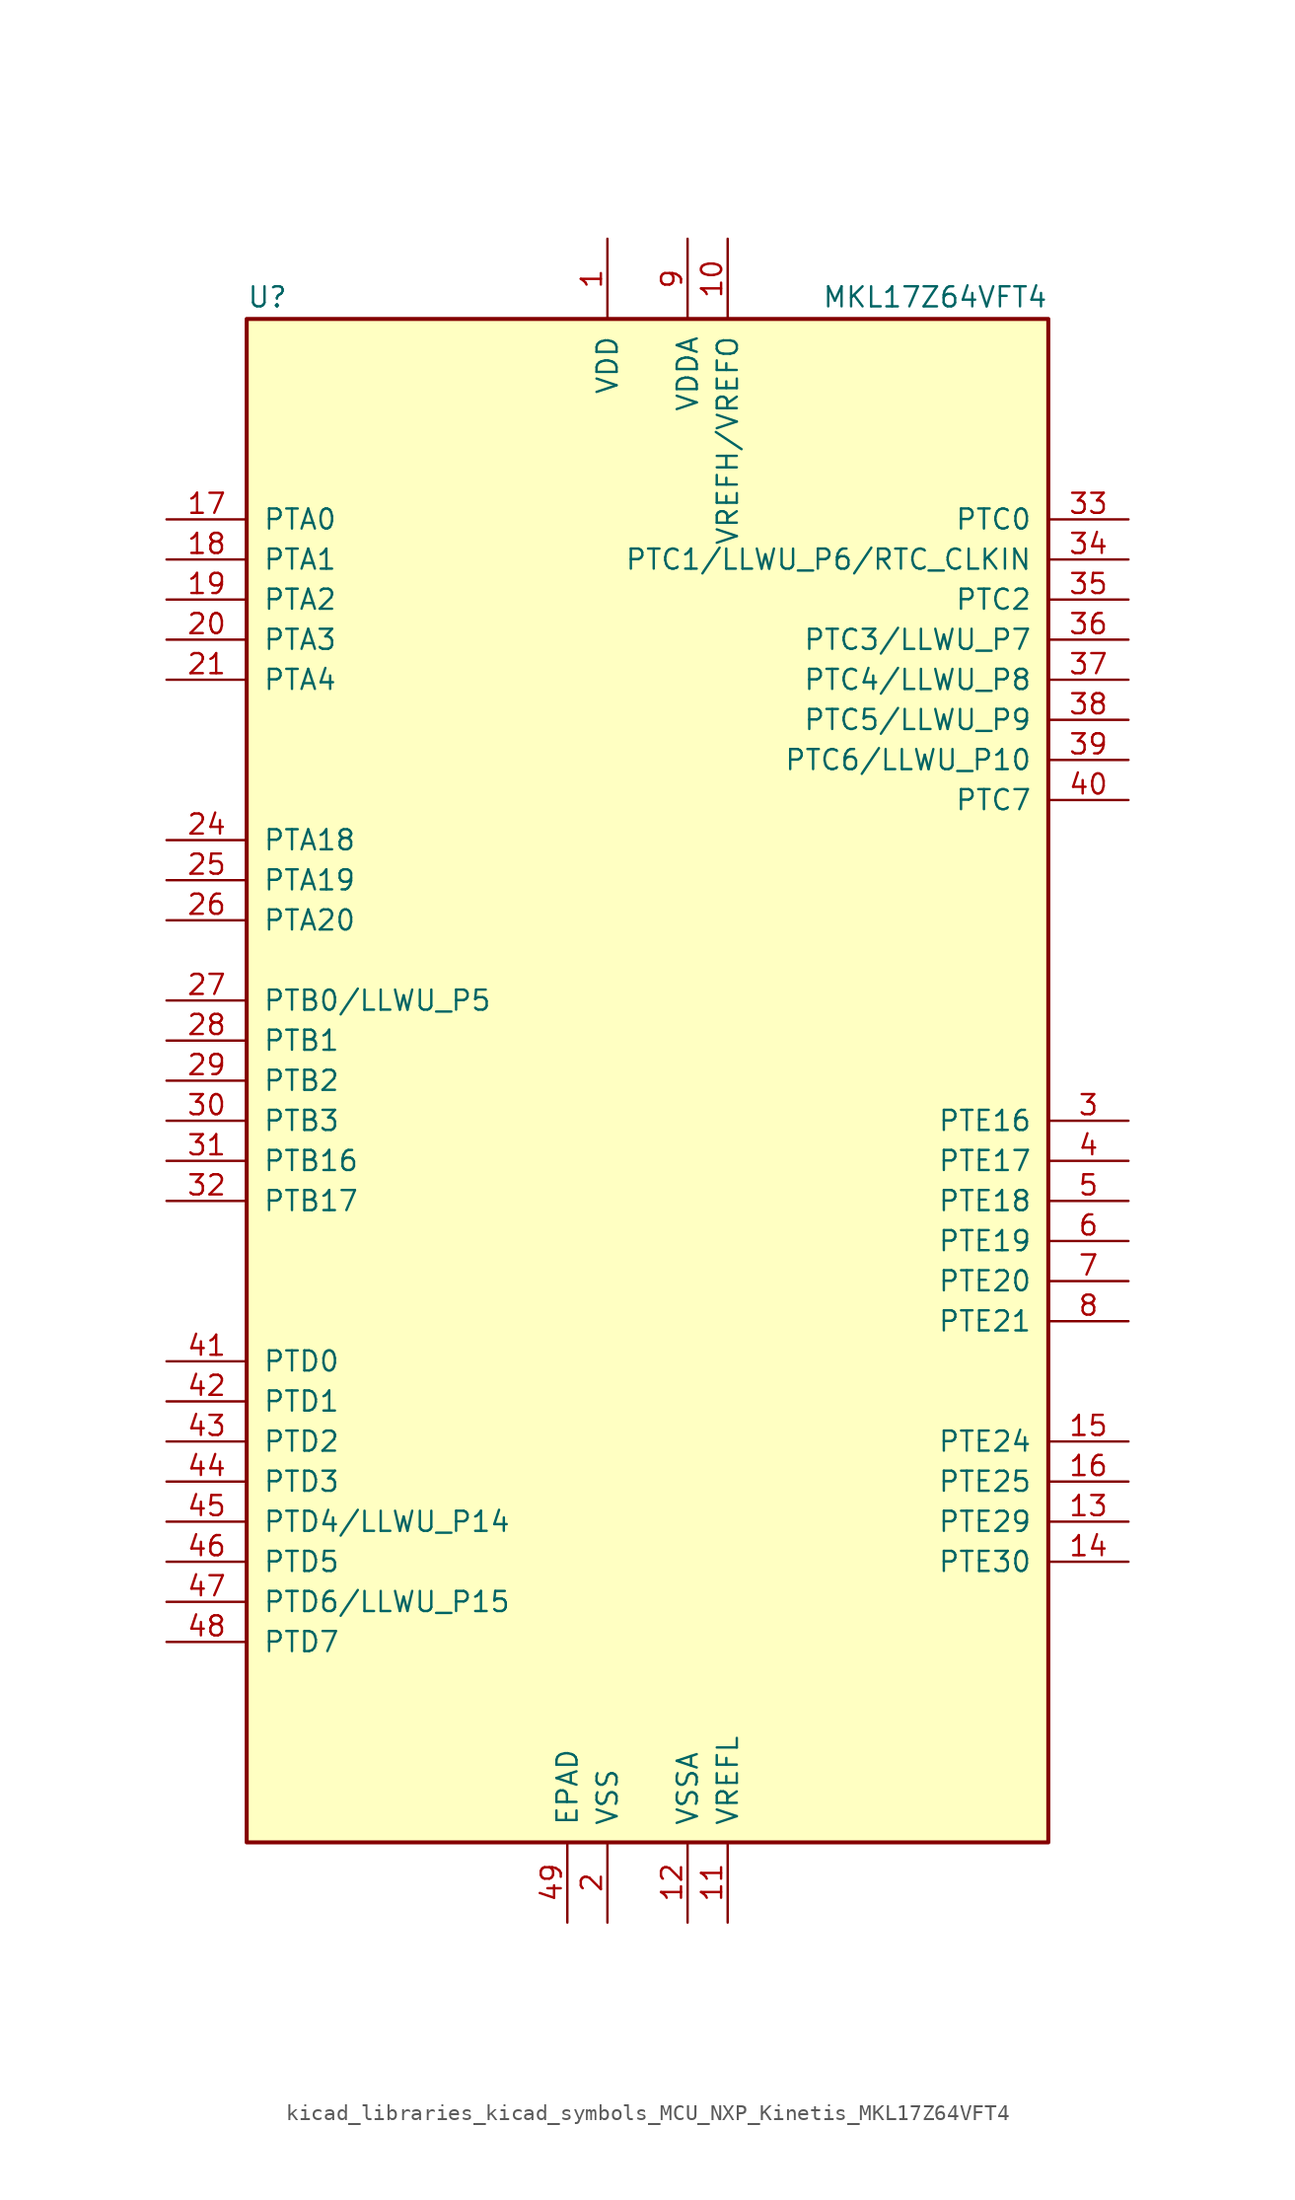
<source format=kicad_sym>
(kicad_symbol_lib
  (version 20220914)
  (generator kicad_symbol_editor)
  (symbol "kicad_libraries_kicad_symbols_MCU_NXP_Kinetis_MKL17Z64VFT4"
    (pin_names
      (offset 1.016))
    (property "Reference" "U"
      (at -25.4 48.895 0)
      (effects (font (size 1.27 1.27)) (justify left bottom)))
    (property "Value" "MKL17Z64VFT4"
      (at 25.4 48.895 0)
      (effects (font (size 1.27 1.27)) (justify right bottom)))
    (symbol "kicad_libraries_kicad_symbols_MCU_NXP_Kinetis_MKL17Z64VFT4_0_1"
      (rectangle (start -25.4 48.26) (end 25.4 -48.26) (stroke (width 0.254) (type default)) (fill (type background))))
    (symbol "kicad_libraries_kicad_symbols_MCU_NXP_Kinetis_MKL17Z64VFT4_1_1"
      (pin power_in line (at -2.54 53.34 270) (length 5.08) (name "VDD" (effects (font (size 1.27 1.27)))) (number "1" (effects (font (size 1.27 1.27)))))
      (pin power_in line (at 5.08 53.34 270) (length 5.08) (name "VREFH/VREFO" (effects (font (size 1.27 1.27)))) (number "10" (effects (font (size 1.27 1.27)))))
      (pin power_in line (at 5.08 -53.34 90) (length 5.08) (name "VREFL" (effects (font (size 1.27 1.27)))) (number "11" (effects (font (size 1.27 1.27)))))
      (pin power_in line (at 2.54 -53.34 90) (length 5.08) (name "VSSA" (effects (font (size 1.27 1.27)))) (number "12" (effects (font (size 1.27 1.27)))))
      (pin bidirectional line (at 30.48 -27.94 180) (length 5.08) (name "PTE29" (effects (font (size 1.27 1.27)))) (number "13" (effects (font (size 1.27 1.27)))))
      (pin bidirectional line (at 30.48 -30.48 180) (length 5.08) (name "PTE30" (effects (font (size 1.27 1.27)))) (number "14" (effects (font (size 1.27 1.27)))))
      (pin bidirectional line (at 30.48 -22.86 180) (length 5.08) (name "PTE24" (effects (font (size 1.27 1.27)))) (number "15" (effects (font (size 1.27 1.27)))))
      (pin bidirectional line (at 30.48 -25.4 180) (length 5.08) (name "PTE25" (effects (font (size 1.27 1.27)))) (number "16" (effects (font (size 1.27 1.27)))))
      (pin bidirectional line (at -30.48 35.56 0) (length 5.08) (name "PTA0" (effects (font (size 1.27 1.27)))) (number "17" (effects (font (size 1.27 1.27)))))
      (pin bidirectional line (at -30.48 33.02 0) (length 5.08) (name "PTA1" (effects (font (size 1.27 1.27)))) (number "18" (effects (font (size 1.27 1.27)))))
      (pin bidirectional line (at -30.48 30.48 0) (length 5.08) (name "PTA2" (effects (font (size 1.27 1.27)))) (number "19" (effects (font (size 1.27 1.27)))))
      (pin power_in line (at -2.54 -53.34 90) (length 5.08) (name "VSS" (effects (font (size 1.27 1.27)))) (number "2" (effects (font (size 1.27 1.27)))))
      (pin bidirectional line (at -30.48 27.94 0) (length 5.08) (name "PTA3" (effects (font (size 1.27 1.27)))) (number "20" (effects (font (size 1.27 1.27)))))
      (pin bidirectional line (at -30.48 25.4 0) (length 5.08) (name "PTA4" (effects (font (size 1.27 1.27)))) (number "21" (effects (font (size 1.27 1.27)))))
      (pin passive line (at -2.54 53.34 270) (length 5.08) hide (name "VDD" (effects (font (size 1.27 1.27)))) (number "22" (effects (font (size 1.27 1.27)))))
      (pin passive line (at -2.54 -53.34 90) (length 5.08) hide (name "VSS" (effects (font (size 1.27 1.27)))) (number "23" (effects (font (size 1.27 1.27)))))
      (pin bidirectional line (at -30.48 15.24 0) (length 5.08) (name "PTA18" (effects (font (size 1.27 1.27)))) (number "24" (effects (font (size 1.27 1.27)))))
      (pin bidirectional line (at -30.48 12.7 0) (length 5.08) (name "PTA19" (effects (font (size 1.27 1.27)))) (number "25" (effects (font (size 1.27 1.27)))))
      (pin bidirectional line (at -30.48 10.16 0) (length 5.08) (name "PTA20" (effects (font (size 1.27 1.27)))) (number "26" (effects (font (size 1.27 1.27)))))
      (pin bidirectional line (at -30.48 5.08 0) (length 5.08) (name "PTB0/LLWU_P5" (effects (font (size 1.27 1.27)))) (number "27" (effects (font (size 1.27 1.27)))))
      (pin bidirectional line (at -30.48 2.54 0) (length 5.08) (name "PTB1" (effects (font (size 1.27 1.27)))) (number "28" (effects (font (size 1.27 1.27)))))
      (pin bidirectional line (at -30.48 0 0) (length 5.08) (name "PTB2" (effects (font (size 1.27 1.27)))) (number "29" (effects (font (size 1.27 1.27)))))
      (pin bidirectional line (at 30.48 -2.54 180) (length 5.08) (name "PTE16" (effects (font (size 1.27 1.27)))) (number "3" (effects (font (size 1.27 1.27)))))
      (pin bidirectional line (at -30.48 -2.54 0) (length 5.08) (name "PTB3" (effects (font (size 1.27 1.27)))) (number "30" (effects (font (size 1.27 1.27)))))
      (pin bidirectional line (at -30.48 -5.08 0) (length 5.08) (name "PTB16" (effects (font (size 1.27 1.27)))) (number "31" (effects (font (size 1.27 1.27)))))
      (pin bidirectional line (at -30.48 -7.62 0) (length 5.08) (name "PTB17" (effects (font (size 1.27 1.27)))) (number "32" (effects (font (size 1.27 1.27)))))
      (pin bidirectional line (at 30.48 35.56 180) (length 5.08) (name "PTC0" (effects (font (size 1.27 1.27)))) (number "33" (effects (font (size 1.27 1.27)))))
      (pin bidirectional line (at 30.48 33.02 180) (length 5.08) (name "PTC1/LLWU_P6/RTC_CLKIN" (effects (font (size 1.27 1.27)))) (number "34" (effects (font (size 1.27 1.27)))))
      (pin bidirectional line (at 30.48 30.48 180) (length 5.08) (name "PTC2" (effects (font (size 1.27 1.27)))) (number "35" (effects (font (size 1.27 1.27)))))
      (pin bidirectional line (at 30.48 27.94 180) (length 5.08) (name "PTC3/LLWU_P7" (effects (font (size 1.27 1.27)))) (number "36" (effects (font (size 1.27 1.27)))))
      (pin bidirectional line (at 30.48 25.4 180) (length 5.08) (name "PTC4/LLWU_P8" (effects (font (size 1.27 1.27)))) (number "37" (effects (font (size 1.27 1.27)))))
      (pin bidirectional line (at 30.48 22.86 180) (length 5.08) (name "PTC5/LLWU_P9" (effects (font (size 1.27 1.27)))) (number "38" (effects (font (size 1.27 1.27)))))
      (pin bidirectional line (at 30.48 20.32 180) (length 5.08) (name "PTC6/LLWU_P10" (effects (font (size 1.27 1.27)))) (number "39" (effects (font (size 1.27 1.27)))))
      (pin bidirectional line (at 30.48 -5.08 180) (length 5.08) (name "PTE17" (effects (font (size 1.27 1.27)))) (number "4" (effects (font (size 1.27 1.27)))))
      (pin bidirectional line (at 30.48 17.78 180) (length 5.08) (name "PTC7" (effects (font (size 1.27 1.27)))) (number "40" (effects (font (size 1.27 1.27)))))
      (pin bidirectional line (at -30.48 -17.78 0) (length 5.08) (name "PTD0" (effects (font (size 1.27 1.27)))) (number "41" (effects (font (size 1.27 1.27)))))
      (pin bidirectional line (at -30.48 -20.32 0) (length 5.08) (name "PTD1" (effects (font (size 1.27 1.27)))) (number "42" (effects (font (size 1.27 1.27)))))
      (pin bidirectional line (at -30.48 -22.86 0) (length 5.08) (name "PTD2" (effects (font (size 1.27 1.27)))) (number "43" (effects (font (size 1.27 1.27)))))
      (pin bidirectional line (at -30.48 -25.4 0) (length 5.08) (name "PTD3" (effects (font (size 1.27 1.27)))) (number "44" (effects (font (size 1.27 1.27)))))
      (pin bidirectional line (at -30.48 -27.94 0) (length 5.08) (name "PTD4/LLWU_P14" (effects (font (size 1.27 1.27)))) (number "45" (effects (font (size 1.27 1.27)))))
      (pin bidirectional line (at -30.48 -30.48 0) (length 5.08) (name "PTD5" (effects (font (size 1.27 1.27)))) (number "46" (effects (font (size 1.27 1.27)))))
      (pin bidirectional line (at -30.48 -33.02 0) (length 5.08) (name "PTD6/LLWU_P15" (effects (font (size 1.27 1.27)))) (number "47" (effects (font (size 1.27 1.27)))))
      (pin bidirectional line (at -30.48 -35.56 0) (length 5.08) (name "PTD7" (effects (font (size 1.27 1.27)))) (number "48" (effects (font (size 1.27 1.27)))))
      (pin power_in line (at -5.08 -53.34 90) (length 5.08) (name "EPAD" (effects (font (size 1.27 1.27)))) (number "49" (effects (font (size 1.27 1.27)))))
      (pin bidirectional line (at 30.48 -7.62 180) (length 5.08) (name "PTE18" (effects (font (size 1.27 1.27)))) (number "5" (effects (font (size 1.27 1.27)))))
      (pin bidirectional line (at 30.48 -10.16 180) (length 5.08) (name "PTE19" (effects (font (size 1.27 1.27)))) (number "6" (effects (font (size 1.27 1.27)))))
      (pin bidirectional line (at 30.48 -12.7 180) (length 5.08) (name "PTE20" (effects (font (size 1.27 1.27)))) (number "7" (effects (font (size 1.27 1.27)))))
      (pin bidirectional line (at 30.48 -15.24 180) (length 5.08) (name "PTE21" (effects (font (size 1.27 1.27)))) (number "8" (effects (font (size 1.27 1.27)))))
      (pin power_in line (at 2.54 53.34 270) (length 5.08) (name "VDDA" (effects (font (size 1.27 1.27)))) (number "9" (effects (font (size 1.27 1.27))))))))
</source>
